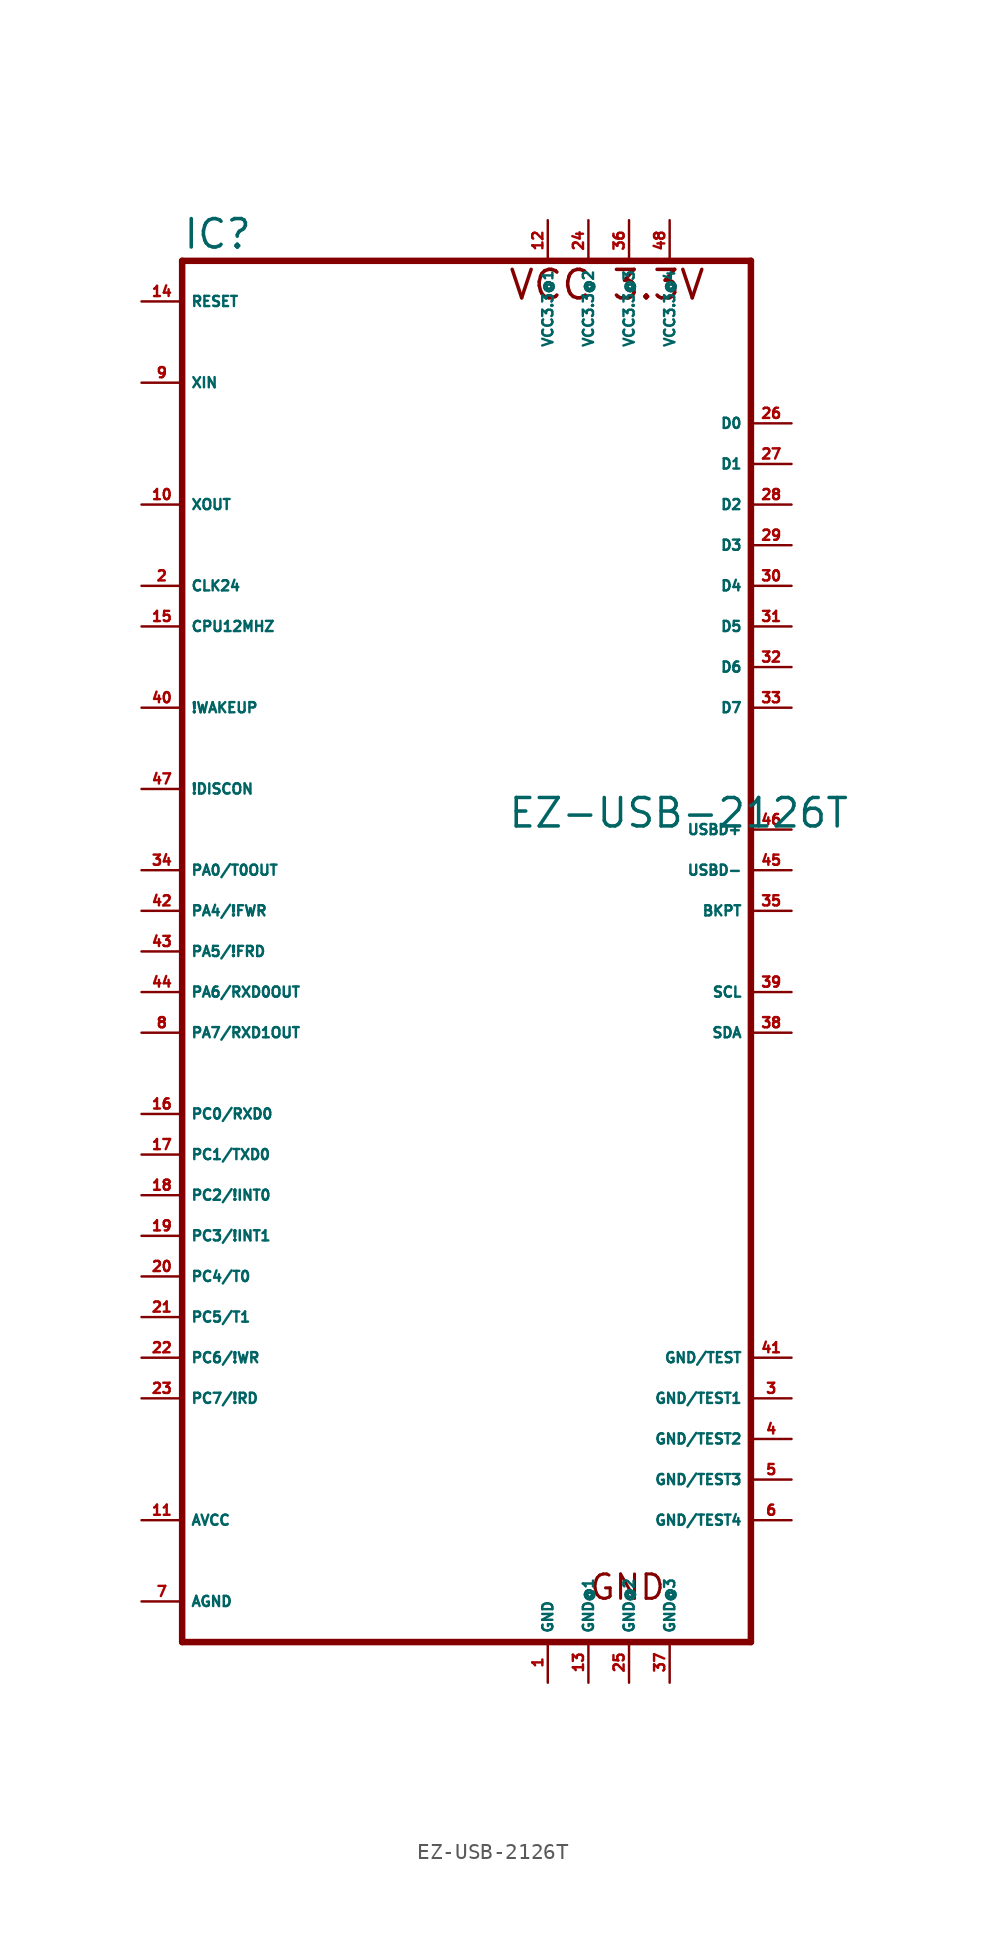
<source format=kicad_sym>
(kicad_symbol_lib
  (version 20220914)
  (generator Eagle2Kicad)
  (symbol "EZ-USB-2126T"
    (property "Reference" "IC"
      (at -17.78 41.275 0)
      (effects (font (size 1.778 1.778) (thickness 0.22)) (justify left bottom)))
    (property "Value" "EZ-USB-2126T"
      (at 2.54 5.08 0)
      (effects (font (size 1.778 1.778) (thickness 0.22)) (justify left bottom)))
    (polyline
      (pts (xy 17.78 40.64) (xy 17.78 -45.72))
      (stroke (width 0.406) (type default))
      (fill (type none)))
    (polyline
      (pts (xy -17.78 -45.72) (xy 17.78 -45.72))
      (stroke (width 0.406) (type default))
      (fill (type none)))
    (polyline
      (pts (xy -17.78 -45.72) (xy -17.78 40.64))
      (stroke (width 0.406) (type default))
      (fill (type none)))
    (polyline
      (pts (xy 17.78 40.64) (xy -17.78 40.64))
      (stroke (width 0.406) (type default))
      (fill (type none)))
    (text "VCC 3.3V"
      (at 2.54 38.1 0)
      (effects (font (size 1.778 1.778) (thickness 0.22)) (justify left bottom)))
    (text "GND"
      (at 7.62 -43.18 0)
      (effects (font (size 1.524 1.524) (thickness 0.19)) (justify left bottom)))
    (pin output line
      (at -20.32 25.4 0)
      (length 2.54)
      (name "XOUT" (effects (font (size 0.635 0.635) (thickness 0.08)) (justify left bottom)))
      (number "10" (effects (font (size 0.635 0.635) (thickness 0.08)) (justify left bottom))))
    (pin input line
      (at -20.32 33.02 0)
      (length 2.54)
      (name "XIN" (effects (font (size 0.635 0.635) (thickness 0.08)) (justify left bottom)))
      (number "9" (effects (font (size 0.635 0.635) (thickness 0.08)) (justify left bottom))))
    (pin open_collector line
      (at 20.32 -5.08 180)
      (length 2.54)
      (name "SCL" (effects (font (size 0.635 0.635) (thickness 0.08)) (justify left bottom)))
      (number "39" (effects (font (size 0.635 0.635) (thickness 0.08)) (justify left bottom))))
    (pin open_collector line
      (at 20.32 -7.62 180)
      (length 2.54)
      (name "SDA" (effects (font (size 0.635 0.635) (thickness 0.08)) (justify left bottom)))
      (number "38" (effects (font (size 0.635 0.635) (thickness 0.08)) (justify left bottom))))
    (pin input line
      (at -20.32 38.1 0)
      (length 2.54)
      (name "RESET" (effects (font (size 0.635 0.635) (thickness 0.08)) (justify left bottom)))
      (number "14" (effects (font (size 0.635 0.635) (thickness 0.08)) (justify left bottom))))
    (pin bidirectional line
      (at -20.32 -5.08 0)
      (length 2.54)
      (name "PA6/RXD0OUT" (effects (font (size 0.635 0.635) (thickness 0.08)) (justify left bottom)))
      (number "44" (effects (font (size 0.635 0.635) (thickness 0.08)) (justify left bottom))))
    (pin bidirectional line
      (at -20.32 -7.62 0)
      (length 2.54)
      (name "PA7/RXD1OUT" (effects (font (size 0.635 0.635) (thickness 0.08)) (justify left bottom)))
      (number "8" (effects (font (size 0.635 0.635) (thickness 0.08)) (justify left bottom))))
    (pin bidirectional line
      (at -20.32 2.54 0)
      (length 2.54)
      (name "PA0/T0OUT" (effects (font (size 0.635 0.635) (thickness 0.08)) (justify left bottom)))
      (number "34" (effects (font (size 0.635 0.635) (thickness 0.08)) (justify left bottom))))
    (pin tri_state line
      (at 20.32 30.48 180)
      (length 2.54)
      (name "D0" (effects (font (size 0.635 0.635) (thickness 0.08)) (justify left bottom)))
      (number "26" (effects (font (size 0.635 0.635) (thickness 0.08)) (justify left bottom))))
    (pin tri_state line
      (at 20.32 27.94 180)
      (length 2.54)
      (name "D1" (effects (font (size 0.635 0.635) (thickness 0.08)) (justify left bottom)))
      (number "27" (effects (font (size 0.635 0.635) (thickness 0.08)) (justify left bottom))))
    (pin tri_state line
      (at 20.32 25.4 180)
      (length 2.54)
      (name "D2" (effects (font (size 0.635 0.635) (thickness 0.08)) (justify left bottom)))
      (number "28" (effects (font (size 0.635 0.635) (thickness 0.08)) (justify left bottom))))
    (pin tri_state line
      (at 20.32 22.86 180)
      (length 2.54)
      (name "D3" (effects (font (size 0.635 0.635) (thickness 0.08)) (justify left bottom)))
      (number "29" (effects (font (size 0.635 0.635) (thickness 0.08)) (justify left bottom))))
    (pin tri_state line
      (at 20.32 20.32 180)
      (length 2.54)
      (name "D4" (effects (font (size 0.635 0.635) (thickness 0.08)) (justify left bottom)))
      (number "30" (effects (font (size 0.635 0.635) (thickness 0.08)) (justify left bottom))))
    (pin tri_state line
      (at 20.32 17.78 180)
      (length 2.54)
      (name "D5" (effects (font (size 0.635 0.635) (thickness 0.08)) (justify left bottom)))
      (number "31" (effects (font (size 0.635 0.635) (thickness 0.08)) (justify left bottom))))
    (pin tri_state line
      (at 20.32 15.24 180)
      (length 2.54)
      (name "D6" (effects (font (size 0.635 0.635) (thickness 0.08)) (justify left bottom)))
      (number "32" (effects (font (size 0.635 0.635) (thickness 0.08)) (justify left bottom))))
    (pin tri_state line
      (at 20.32 12.7 180)
      (length 2.54)
      (name "D7" (effects (font (size 0.635 0.635) (thickness 0.08)) (justify left bottom)))
      (number "33" (effects (font (size 0.635 0.635) (thickness 0.08)) (justify left bottom))))
    (pin unspecified line
      (at -20.32 -38.1 0)
      (length 2.54)
      (name "AVCC" (effects (font (size 0.635 0.635) (thickness 0.08)) (justify left bottom)))
      (number "11" (effects (font (size 0.635 0.635) (thickness 0.08)) (justify left bottom))))
    (pin unspecified line
      (at -20.32 -43.18 0)
      (length 2.54)
      (name "AGND" (effects (font (size 0.635 0.635) (thickness 0.08)) (justify left bottom)))
      (number "7" (effects (font (size 0.635 0.635) (thickness 0.08)) (justify left bottom))))
    (pin output line
      (at -20.32 7.62 0)
      (length 2.54)
      (name "!DISCON" (effects (font (size 0.635 0.635) (thickness 0.08)) (justify left bottom)))
      (number "47" (effects (font (size 0.635 0.635) (thickness 0.08)) (justify left bottom))))
    (pin tri_state line
      (at 20.32 5.08 180)
      (length 2.54)
      (name "USBD+" (effects (font (size 0.635 0.635) (thickness 0.08)) (justify left bottom)))
      (number "46" (effects (font (size 0.635 0.635) (thickness 0.08)) (justify left bottom))))
    (pin tri_state line
      (at 20.32 2.54 180)
      (length 2.54)
      (name "USBD-" (effects (font (size 0.635 0.635) (thickness 0.08)) (justify left bottom)))
      (number "45" (effects (font (size 0.635 0.635) (thickness 0.08)) (justify left bottom))))
    (pin output line
      (at 20.32 0 180)
      (length 2.54)
      (name "BKPT" (effects (font (size 0.635 0.635) (thickness 0.08)) (justify left bottom)))
      (number "35" (effects (font (size 0.635 0.635) (thickness 0.08)) (justify left bottom))))
    (pin bidirectional line
      (at -20.32 -12.7 0)
      (length 2.54)
      (name "PC0/RXD0" (effects (font (size 0.635 0.635) (thickness 0.08)) (justify left bottom)))
      (number "16" (effects (font (size 0.635 0.635) (thickness 0.08)) (justify left bottom))))
    (pin bidirectional line
      (at -20.32 -15.24 0)
      (length 2.54)
      (name "PC1/TXD0" (effects (font (size 0.635 0.635) (thickness 0.08)) (justify left bottom)))
      (number "17" (effects (font (size 0.635 0.635) (thickness 0.08)) (justify left bottom))))
    (pin bidirectional line
      (at -20.32 -17.78 0)
      (length 2.54)
      (name "PC2/!INT0" (effects (font (size 0.635 0.635) (thickness 0.08)) (justify left bottom)))
      (number "18" (effects (font (size 0.635 0.635) (thickness 0.08)) (justify left bottom))))
    (pin bidirectional line
      (at -20.32 -20.32 0)
      (length 2.54)
      (name "PC3/!INT1" (effects (font (size 0.635 0.635) (thickness 0.08)) (justify left bottom)))
      (number "19" (effects (font (size 0.635 0.635) (thickness 0.08)) (justify left bottom))))
    (pin bidirectional line
      (at -20.32 -22.86 0)
      (length 2.54)
      (name "PC4/T0" (effects (font (size 0.635 0.635) (thickness 0.08)) (justify left bottom)))
      (number "20" (effects (font (size 0.635 0.635) (thickness 0.08)) (justify left bottom))))
    (pin bidirectional line
      (at -20.32 -25.4 0)
      (length 2.54)
      (name "PC5/T1" (effects (font (size 0.635 0.635) (thickness 0.08)) (justify left bottom)))
      (number "21" (effects (font (size 0.635 0.635) (thickness 0.08)) (justify left bottom))))
    (pin bidirectional line
      (at -20.32 -27.94 0)
      (length 2.54)
      (name "PC6/!WR" (effects (font (size 0.635 0.635) (thickness 0.08)) (justify left bottom)))
      (number "22" (effects (font (size 0.635 0.635) (thickness 0.08)) (justify left bottom))))
    (pin bidirectional line
      (at -20.32 -30.48 0)
      (length 2.54)
      (name "PC7/!RD" (effects (font (size 0.635 0.635) (thickness 0.08)) (justify left bottom)))
      (number "23" (effects (font (size 0.635 0.635) (thickness 0.08)) (justify left bottom))))
    (pin output line
      (at -20.32 20.32 0)
      (length 2.54)
      (name "CLK24" (effects (font (size 0.635 0.635) (thickness 0.08)) (justify left bottom)))
      (number "2" (effects (font (size 0.635 0.635) (thickness 0.08)) (justify left bottom))))
    (pin input line
      (at -20.32 12.7 0)
      (length 2.54)
      (name "!WAKEUP" (effects (font (size 0.635 0.635) (thickness 0.08)) (justify left bottom)))
      (number "40" (effects (font (size 0.635 0.635) (thickness 0.08)) (justify left bottom))))
    (pin input line
      (at -20.32 17.78 0)
      (length 2.54)
      (name "CPU12MHZ" (effects (font (size 0.635 0.635) (thickness 0.08)) (justify left bottom)))
      (number "15" (effects (font (size 0.635 0.635) (thickness 0.08)) (justify left bottom))))
    (pin unspecified line
      (at 5.08 43.18 270)
      (length 2.54)
      (name "VCC3.3@1" (effects (font (size 0.635 0.635) (thickness 0.08)) (justify left bottom)))
      (number "12" (effects (font (size 0.635 0.635) (thickness 0.08)) (justify left bottom))))
    (pin unspecified line
      (at 7.62 43.18 270)
      (length 2.54)
      (name "VCC3.3@2" (effects (font (size 0.635 0.635) (thickness 0.08)) (justify left bottom)))
      (number "24" (effects (font (size 0.635 0.635) (thickness 0.08)) (justify left bottom))))
    (pin unspecified line
      (at 10.16 43.18 270)
      (length 2.54)
      (name "VCC3.3@3" (effects (font (size 0.635 0.635) (thickness 0.08)) (justify left bottom)))
      (number "36" (effects (font (size 0.635 0.635) (thickness 0.08)) (justify left bottom))))
    (pin unspecified line
      (at 12.7 43.18 270)
      (length 2.54)
      (name "VCC3.3@4" (effects (font (size 0.635 0.635) (thickness 0.08)) (justify left bottom)))
      (number "48" (effects (font (size 0.635 0.635) (thickness 0.08)) (justify left bottom))))
    (pin unspecified line
      (at 5.08 -48.26 90)
      (length 2.54)
      (name "GND" (effects (font (size 0.635 0.635) (thickness 0.08)) (justify left bottom)))
      (number "1" (effects (font (size 0.635 0.635) (thickness 0.08)) (justify left bottom))))
    (pin unspecified line
      (at 7.62 -48.26 90)
      (length 2.54)
      (name "GND@1" (effects (font (size 0.635 0.635) (thickness 0.08)) (justify left bottom)))
      (number "13" (effects (font (size 0.635 0.635) (thickness 0.08)) (justify left bottom))))
    (pin unspecified line
      (at 10.16 -48.26 90)
      (length 2.54)
      (name "GND@2" (effects (font (size 0.635 0.635) (thickness 0.08)) (justify left bottom)))
      (number "25" (effects (font (size 0.635 0.635) (thickness 0.08)) (justify left bottom))))
    (pin unspecified line
      (at 12.7 -48.26 90)
      (length 2.54)
      (name "GND@3" (effects (font (size 0.635 0.635) (thickness 0.08)) (justify left bottom)))
      (number "37" (effects (font (size 0.635 0.635) (thickness 0.08)) (justify left bottom))))
    (pin unspecified line
      (at 20.32 -27.94 180)
      (length 2.54)
      (name "GND/TEST" (effects (font (size 0.635 0.635) (thickness 0.08)) (justify left bottom)))
      (number "41" (effects (font (size 0.635 0.635) (thickness 0.08)) (justify left bottom))))
    (pin unspecified line
      (at 20.32 -30.48 180)
      (length 2.54)
      (name "GND/TEST1" (effects (font (size 0.635 0.635) (thickness 0.08)) (justify left bottom)))
      (number "3" (effects (font (size 0.635 0.635) (thickness 0.08)) (justify left bottom))))
    (pin unspecified line
      (at 20.32 -33.02 180)
      (length 2.54)
      (name "GND/TEST2" (effects (font (size 0.635 0.635) (thickness 0.08)) (justify left bottom)))
      (number "4" (effects (font (size 0.635 0.635) (thickness 0.08)) (justify left bottom))))
    (pin unspecified line
      (at 20.32 -35.56 180)
      (length 2.54)
      (name "GND/TEST3" (effects (font (size 0.635 0.635) (thickness 0.08)) (justify left bottom)))
      (number "5" (effects (font (size 0.635 0.635) (thickness 0.08)) (justify left bottom))))
    (pin unspecified line
      (at 20.32 -38.1 180)
      (length 2.54)
      (name "GND/TEST4" (effects (font (size 0.635 0.635) (thickness 0.08)) (justify left bottom)))
      (number "6" (effects (font (size 0.635 0.635) (thickness 0.08)) (justify left bottom))))
    (pin bidirectional line
      (at -20.32 0 0)
      (length 2.54)
      (name "PA4/!FWR" (effects (font (size 0.635 0.635) (thickness 0.08)) (justify left bottom)))
      (number "42" (effects (font (size 0.635 0.635) (thickness 0.08)) (justify left bottom))))
    (pin bidirectional line
      (at -20.32 -2.54 0)
      (length 2.54)
      (name "PA5/!FRD" (effects (font (size 0.635 0.635) (thickness 0.08)) (justify left bottom)))
      (number "43" (effects (font (size 0.635 0.635) (thickness 0.08)) (justify left bottom))))))
</source>
